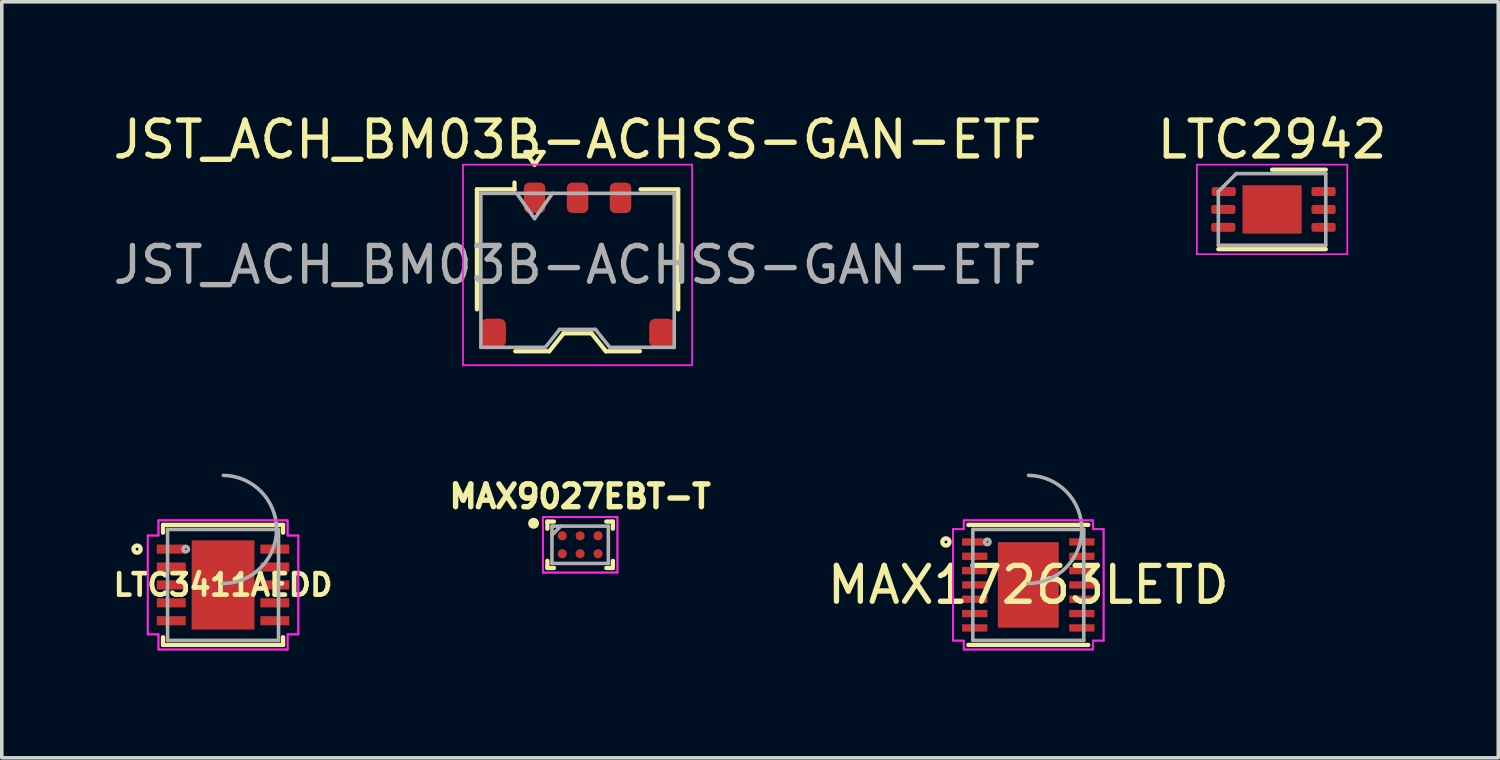
<source format=kicad_pcb>
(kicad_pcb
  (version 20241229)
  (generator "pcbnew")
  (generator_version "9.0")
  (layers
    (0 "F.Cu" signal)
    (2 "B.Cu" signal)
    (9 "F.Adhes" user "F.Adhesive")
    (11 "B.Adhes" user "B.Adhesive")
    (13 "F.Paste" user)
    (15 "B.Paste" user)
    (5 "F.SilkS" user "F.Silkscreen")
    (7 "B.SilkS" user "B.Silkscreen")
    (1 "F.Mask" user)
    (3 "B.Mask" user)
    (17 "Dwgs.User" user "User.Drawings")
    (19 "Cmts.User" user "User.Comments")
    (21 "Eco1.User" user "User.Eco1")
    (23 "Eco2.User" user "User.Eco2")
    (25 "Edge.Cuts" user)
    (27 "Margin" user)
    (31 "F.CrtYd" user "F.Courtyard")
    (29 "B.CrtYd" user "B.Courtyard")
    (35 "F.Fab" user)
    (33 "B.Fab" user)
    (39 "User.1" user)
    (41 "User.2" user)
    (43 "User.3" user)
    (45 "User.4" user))
  (footprint "JST_ACH_BM03B-ACHSS-GAN-ETF"
    (layer "F.Cu")
    (at 13.077 4.348)
    (property "Reference" "JST_ACH_BM03B-ACHSS-GAN-ETF" (at 0 -3.5 0) (layer "F.SilkS") (effects (font (size 1 1) (thickness 0.15))))
    (attr smd)
    (fp_line (start -2.81 -2.11) (end -1.76 -2.11) (stroke (width 0.12) (type solid)) (layer "F.SilkS"))
    (fp_line (start -2.81 1.24) (end -2.81 -2.11) (stroke (width 0.12) (type solid)) (layer "F.SilkS"))
    (fp_line (start -1.76 -2.11) (end -1.76 -2.3) (stroke (width 0.12) (type solid)) (layer "F.SilkS"))
    (fp_line (start -1.74 2.41) (end -0.79 2.41) (stroke (width 0.12) (type solid)) (layer "F.SilkS"))
    (fp_line (start -1.45 -3.154) (end -1.2 -2.8) (stroke (width 0.12) (type solid)) (layer "F.SilkS"))
    (fp_line (start -1.2 -2.8) (end -0.95 -3.154) (stroke (width 0.12) (type solid)) (layer "F.SilkS"))
    (fp_line (start -0.95 -3.154) (end -1.45 -3.154) (stroke (width 0.12) (type solid)) (layer "F.SilkS"))
    (fp_line (start -0.79 2.41) (end -0.39 1.91) (stroke (width 0.12) (type solid)) (layer "F.SilkS"))
    (fp_line (start -0.39 1.91) (end 0.39 1.91) (stroke (width 0.12) (type solid)) (layer "F.SilkS"))
    (fp_line (start 0.39 1.91) (end 0.79 2.41) (stroke (width 0.12) (type solid)) (layer "F.SilkS"))
    (fp_line (start 0.79 2.41) (end 1.74 2.41) (stroke (width 0.12) (type solid)) (layer "F.SilkS"))
    (fp_line (start 2.81 -2.11) (end 1.76 -2.11) (stroke (width 0.12) (type solid)) (layer "F.SilkS"))
    (fp_line (start 2.81 1.24) (end 2.81 -2.11) (stroke (width 0.12) (type solid)) (layer "F.SilkS"))
    (fp_line (start -3.2 -2.8) (end -3.2 2.8) (stroke (width 0.05) (type solid)) (layer "F.CrtYd"))
    (fp_line (start -3.2 2.8) (end 3.2 2.8) (stroke (width 0.05) (type solid)) (layer "F.CrtYd"))
    (fp_line (start 3.2 -2.8) (end -3.2 -2.8) (stroke (width 0.05) (type solid)) (layer "F.CrtYd"))
    (fp_line (start 3.2 2.8) (end 3.2 -2.8) (stroke (width 0.05) (type solid)) (layer "F.CrtYd"))
    (fp_line (start -2.7 -2) (end -2.7 2.3) (stroke (width 0.1) (type solid)) (layer "F.Fab"))
    (fp_line (start -2.7 -2) (end 2.7 -2) (stroke (width 0.1) (type solid)) (layer "F.Fab"))
    (fp_line (start -2.7 2.3) (end -0.9 2.3) (stroke (width 0.1) (type solid)) (layer "F.Fab"))
    (fp_line (start -1.7 -2) (end -1.2 -1.293) (stroke (width 0.1) (type solid)) (layer "F.Fab"))
    (fp_line (start -1.2 -1.293) (end -0.7 -2) (stroke (width 0.1) (type solid)) (layer "F.Fab"))
    (fp_line (start -0.9 2.3) (end -0.5 1.8) (stroke (width 0.1) (type solid)) (layer "F.Fab"))
    (fp_line (start -0.5 1.8) (end 0.5 1.8) (stroke (width 0.1) (type solid)) (layer "F.Fab"))
    (fp_line (start 0.5 1.8) (end 0.9 2.3) (stroke (width 0.1) (type solid)) (layer "F.Fab"))
    (fp_line (start 0.9 2.3) (end 2.7 2.3) (stroke (width 0.1) (type solid)) (layer "F.Fab"))
    (fp_line (start 2.7 -2) (end 2.7 2.3) (stroke (width 0.1) (type solid)) (layer "F.Fab"))
    (fp_text user "${REFERENCE}" (at 0 0 0) (layer "F.Fab") (effects (font (size 1 1) (thickness 0.15))))
    (pad "1" smd roundrect (at -1.2 -1.875) (size 0.6 0.85) (layers "F.Cu" "F.Mask" "F.Paste") (roundrect_rratio 0.25))
    (pad "2" smd roundrect (at 0 -1.875) (size 0.6 0.85) (layers "F.Cu" "F.Mask" "F.Paste") (roundrect_rratio 0.25))
    (pad "3" smd roundrect (at 1.2 -1.875) (size 0.6 0.85) (layers "F.Cu" "F.Mask" "F.Paste") (roundrect_rratio 0.25))
    (pad "MP" smd roundrect (at -2.35 1.9) (size 0.7 0.8) (layers "F.Cu" "F.Mask" "F.Paste") (roundrect_rratio 0.25))
    (pad "MP" smd roundrect (at 2.35 1.9) (size 0.7 0.8) (layers "F.Cu" "F.Mask" "F.Paste") (roundrect_rratio 0.25)))
  (footprint "LTC2942"
    (layer "F.Cu")
    (at 32.47 2.798)
    (property "Reference" "LTC2942" (at 0 -1.95 0) (layer "F.SilkS") (effects (font (size 1 1) (thickness 0.15))))
    (attr smd)
    (fp_line (start -1.5 1.11) (end 1.5 1.11) (stroke (width 0.12) (type solid)) (layer "F.SilkS"))
    (fp_line (start 0 -1.11) (end 1.5 -1.11) (stroke (width 0.12) (type solid)) (layer "F.SilkS"))
    (fp_line (start -2.1 -1.25) (end -2.1 1.25) (stroke (width 0.05) (type solid)) (layer "F.CrtYd"))
    (fp_line (start -2.1 1.25) (end 2.1 1.25) (stroke (width 0.05) (type solid)) (layer "F.CrtYd"))
    (fp_line (start 2.1 -1.25) (end -2.1 -1.25) (stroke (width 0.05) (type solid)) (layer "F.CrtYd"))
    (fp_line (start 2.1 1.25) (end 2.1 -1.25) (stroke (width 0.05) (type solid)) (layer "F.CrtYd"))
    (fp_line (start -1.5 -0.5) (end -1 -1) (stroke (width 0.1) (type solid)) (layer "F.Fab"))
    (fp_line (start -1.5 1) (end -1.5 -0.5) (stroke (width 0.1) (type solid)) (layer "F.Fab"))
    (fp_line (start -1 -1) (end 1.5 -1) (stroke (width 0.1) (type solid)) (layer "F.Fab"))
    (fp_line (start 1.5 -1) (end 1.5 1) (stroke (width 0.1) (type solid)) (layer "F.Fab"))
    (fp_line (start 1.5 1) (end -1.5 1) (stroke (width 0.1) (type solid)) (layer "F.Fab"))
    (pad "" smd roundrect (at -0.41 -0.34) (size 0.67 0.54) (layers "F.Paste") (roundrect_rratio 0.25))
    (pad "" smd roundrect (at -0.41 0.34) (size 0.67 0.54) (layers "F.Paste") (roundrect_rratio 0.25))
    (pad "" smd roundrect (at 0.41 -0.34) (size 0.67 0.54) (layers "F.Paste") (roundrect_rratio 0.25))
    (pad "" smd roundrect (at 0.41 0.34) (size 0.67 0.54) (layers "F.Paste") (roundrect_rratio 0.25))
    (pad "1" smd roundrect (at -1.35 -0.5) (size 0.675 0.25) (layers "F.Cu" "F.Mask" "F.Paste") (roundrect_rratio 0.25))
    (pad "2" smd roundrect (at -1.363 0) (size 0.675 0.25) (layers "F.Cu" "F.Mask" "F.Paste") (roundrect_rratio 0.25))
    (pad "3" smd roundrect (at -1.363 0.5) (size 0.675 0.25) (layers "F.Cu" "F.Mask" "F.Paste") (roundrect_rratio 0.25))
    (pad "4" smd roundrect (at 1.438 0.5) (size 0.675 0.25) (layers "F.Cu" "F.Mask" "F.Paste") (roundrect_rratio 0.25))
    (pad "5" smd roundrect (at 1.438 0) (size 0.675 0.25) (layers "F.Cu" "F.Mask" "F.Paste") (roundrect_rratio 0.25))
    (pad "6" smd roundrect (at 1.438 -0.5) (size 0.675 0.25) (layers "F.Cu" "F.Mask" "F.Paste") (roundrect_rratio 0.25))
    (pad "7" smd rect (at 0 0) (size 1.65 1.35) (layers "F.Cu" "F.Mask")))
  (footprint "MAX17263LETD"
    (layer "F.Cu")
    (at 25.663 13.283)
    (property "Reference" "MAX17263LETD" (at 0 0 0) (layer "F.SilkS") (effects (font (size 1 1) (thickness 0.15))))
    (attr smd)
    (fp_line (start -1.676 1.676) (end 1.676 1.676) (stroke (width 0.12) (type solid)) (layer "F.SilkS"))
    (fp_line (start 1.676 -1.676) (end -1.676 -1.676) (stroke (width 0.12) (type solid)) (layer "F.SilkS"))
    (fp_circle (center -2.3 -1.2) (end -2.199 -1.2) (stroke (width 0.12) (type solid)) (fill no) (layer "F.SilkS"))
    (fp_line (start -2.103 -1.556) (end -1.803 -1.556) (stroke (width 0.05) (type solid)) (layer "F.CrtYd"))
    (fp_line (start -2.103 -1.556) (end -1.803 -1.556) (stroke (width 0.05) (type solid)) (layer "F.CrtYd"))
    (fp_line (start -2.103 1.556) (end -2.103 -1.556) (stroke (width 0.05) (type solid)) (layer "F.CrtYd"))
    (fp_line (start -2.103 1.556) (end -2.103 -1.556) (stroke (width 0.05) (type solid)) (layer "F.CrtYd"))
    (fp_line (start -2.103 1.556) (end -1.803 1.556) (stroke (width 0.05) (type solid)) (layer "F.CrtYd"))
    (fp_line (start -1.803 -1.803) (end 1.803 -1.803) (stroke (width 0.05) (type solid)) (layer "F.CrtYd"))
    (fp_line (start -1.803 -1.803) (end 1.803 -1.803) (stroke (width 0.05) (type solid)) (layer "F.CrtYd"))
    (fp_line (start -1.803 -1.556) (end -1.803 -1.803) (stroke (width 0.05) (type solid)) (layer "F.CrtYd"))
    (fp_line (start -1.803 -1.556) (end -1.803 -1.803) (stroke (width 0.05) (type solid)) (layer "F.CrtYd"))
    (fp_line (start -1.803 1.556) (end -2.103 1.556) (stroke (width 0.05) (type solid)) (layer "F.CrtYd"))
    (fp_line (start -1.803 1.803) (end -1.803 1.556) (stroke (width 0.05) (type solid)) (layer "F.CrtYd"))
    (fp_line (start -1.803 1.803) (end -1.803 1.556) (stroke (width 0.05) (type solid)) (layer "F.CrtYd"))
    (fp_line (start 1.803 -1.803) (end 1.803 -1.556) (stroke (width 0.05) (type solid)) (layer "F.CrtYd"))
    (fp_line (start 1.803 -1.803) (end 1.803 -1.556) (stroke (width 0.05) (type solid)) (layer "F.CrtYd"))
    (fp_line (start 1.803 -1.556) (end 2.103 -1.556) (stroke (width 0.05) (type solid)) (layer "F.CrtYd"))
    (fp_line (start 1.803 1.556) (end 1.803 1.803) (stroke (width 0.05) (type solid)) (layer "F.CrtYd"))
    (fp_line (start 1.803 1.556) (end 1.803 1.803) (stroke (width 0.05) (type solid)) (layer "F.CrtYd"))
    (fp_line (start 1.803 1.803) (end -1.803 1.803) (stroke (width 0.05) (type solid)) (layer "F.CrtYd"))
    (fp_line (start 1.803 1.803) (end -1.803 1.803) (stroke (width 0.05) (type solid)) (layer "F.CrtYd"))
    (fp_line (start 2.103 -1.556) (end 1.803 -1.556) (stroke (width 0.05) (type solid)) (layer "F.CrtYd"))
    (fp_line (start 2.103 -1.556) (end 2.103 1.556) (stroke (width 0.05) (type solid)) (layer "F.CrtYd"))
    (fp_line (start 2.103 -1.556) (end 2.103 1.556) (stroke (width 0.05) (type solid)) (layer "F.CrtYd"))
    (fp_line (start 2.103 1.556) (end 1.803 1.556) (stroke (width 0.05) (type solid)) (layer "F.CrtYd"))
    (fp_line (start 2.103 1.556) (end 1.803 1.556) (stroke (width 0.05) (type solid)) (layer "F.CrtYd"))
    (fp_line (start -1.549 -1.549) (end -1.549 1.549) (stroke (width 0.1) (type solid)) (layer "F.Fab"))
    (fp_line (start -1.549 1.549) (end 1.549 1.549) (stroke (width 0.1) (type solid)) (layer "F.Fab"))
    (fp_line (start 1.549 -1.549) (end -1.549 -1.549) (stroke (width 0.1) (type solid)) (layer "F.Fab"))
    (fp_line (start 1.549 1.549) (end 1.549 -1.549) (stroke (width 0.1) (type solid)) (layer "F.Fab"))
    (fp_arc (start 0.007742 -3.059445) (mid 1.510045 -1.541658) (end -0.007742 -0.039355) (stroke (width 0.1) (type solid)) (layer "F.Fab"))
    (fp_circle (center -1.143 -1.2) (end -1.067 -1.2) (stroke (width 0.1) (type solid)) (fill no) (layer "F.Fab"))
    (pad "1" smd rect (at -1.496 -1.2) (size 0.706 0.204) (layers "F.Cu" "F.Mask" "F.Paste"))
    (pad "2" smd rect (at -1.496 -0.8) (size 0.706 0.204) (layers "F.Cu" "F.Mask" "F.Paste"))
    (pad "3" smd rect (at -1.496 -0.4) (size 0.706 0.204) (layers "F.Cu" "F.Mask" "F.Paste"))
    (pad "4" smd rect (at -1.496 0) (size 0.706 0.204) (layers "F.Cu" "F.Mask" "F.Paste"))
    (pad "5" smd rect (at -1.496 0.4) (size 0.706 0.204) (layers "F.Cu" "F.Mask" "F.Paste"))
    (pad "6" smd rect (at -1.496 0.8) (size 0.706 0.204) (layers "F.Cu" "F.Mask" "F.Paste"))
    (pad "7" smd rect (at -1.496 1.2) (size 0.706 0.204) (layers "F.Cu" "F.Mask" "F.Paste"))
    (pad "8" smd rect (at 1.496 1.2) (size 0.706 0.204) (layers "F.Cu" "F.Mask" "F.Paste"))
    (pad "9" smd rect (at 1.496 0.8) (size 0.706 0.204) (layers "F.Cu" "F.Mask" "F.Paste"))
    (pad "10" smd rect (at 1.496 0.4) (size 0.706 0.204) (layers "F.Cu" "F.Mask" "F.Paste"))
    (pad "11" smd rect (at 1.496 0) (size 0.706 0.204) (layers "F.Cu" "F.Mask" "F.Paste"))
    (pad "12" smd rect (at 1.496 -0.4) (size 0.706 0.204) (layers "F.Cu" "F.Mask" "F.Paste"))
    (pad "13" smd rect (at 1.496 -0.8) (size 0.706 0.204) (layers "F.Cu" "F.Mask" "F.Paste"))
    (pad "14" smd rect (at 1.496 -1.2) (size 0.706 0.204) (layers "F.Cu" "F.Mask" "F.Paste"))
    (pad "15" smd rect (at 0 0) (size 1.702 2.388) (layers "F.Cu" "F.Mask" "F.Paste")))
  (footprint "MAX9027EBT-T"
    (layer "F.Cu")
    (at 13.149 12.162)
    (property "Reference" "MAX9027EBT-T" (at 0 -1.35 0) (layer "F.SilkS") (effects (font (size 0.635 0.635) (thickness 0.152))))
    (attr smd)
    (fp_line (start -0.914 -0.648) (end -0.914 -0.449) (stroke (width 0.12) (type solid)) (layer "F.SilkS"))
    (fp_line (start -0.914 0.449) (end -0.914 0.648) (stroke (width 0.12) (type solid)) (layer "F.SilkS"))
    (fp_line (start -0.914 0.648) (end -0.731 0.648) (stroke (width 0.12) (type solid)) (layer "F.SilkS"))
    (fp_line (start -0.731 -0.648) (end -0.914 -0.648) (stroke (width 0.12) (type solid)) (layer "F.SilkS"))
    (fp_line (start 0.731 0.648) (end 0.914 0.648) (stroke (width 0.12) (type solid)) (layer "F.SilkS"))
    (fp_line (start 0.914 -0.648) (end 0.731 -0.648) (stroke (width 0.12) (type solid)) (layer "F.SilkS"))
    (fp_line (start 0.914 -0.449) (end 0.914 -0.648) (stroke (width 0.12) (type solid)) (layer "F.SilkS"))
    (fp_line (start 0.914 0.648) (end 0.914 0.449) (stroke (width 0.12) (type solid)) (layer "F.SilkS"))
    (fp_circle (center -1.3 -0.6) (end -1.148 -0.6) (stroke (width 0) (type solid)) (fill yes) (layer "F.SilkS"))
    (fp_line (start -1.041 -0.775) (end 1.041 -0.775) (stroke (width 0.05) (type solid)) (layer "F.CrtYd"))
    (fp_line (start -1.041 -0.775) (end 1.041 -0.775) (stroke (width 0.05) (type solid)) (layer "F.CrtYd"))
    (fp_line (start -1.041 0.775) (end -1.041 -0.775) (stroke (width 0.05) (type solid)) (layer "F.CrtYd"))
    (fp_line (start -1.041 0.775) (end -1.041 -0.775) (stroke (width 0.05) (type solid)) (layer "F.CrtYd"))
    (fp_line (start 1.041 -0.775) (end 1.041 0.775) (stroke (width 0.05) (type solid)) (layer "F.CrtYd"))
    (fp_line (start 1.041 -0.775) (end 1.041 0.775) (stroke (width 0.05) (type solid)) (layer "F.CrtYd"))
    (fp_line (start 1.041 0.775) (end -1.041 0.775) (stroke (width 0.05) (type solid)) (layer "F.CrtYd"))
    (fp_line (start 1.041 0.775) (end -1.041 0.775) (stroke (width 0.05) (type solid)) (layer "F.CrtYd"))
    (fp_line (start -0.787 -0.521) (end -0.787 0.521) (stroke (width 0.1) (type solid)) (layer "F.Fab"))
    (fp_line (start -0.787 0.521) (end 0.787 0.521) (stroke (width 0.1) (type solid)) (layer "F.Fab"))
    (fp_line (start -0.537 -0.521) (end -0.787 -0.271) (stroke (width 0.1) (type solid)) (layer "F.Fab"))
    (fp_line (start 0.787 -0.521) (end -0.787 -0.521) (stroke (width 0.1) (type solid)) (layer "F.Fab"))
    (fp_line (start 0.787 0.521) (end 0.787 -0.521) (stroke (width 0.1) (type solid)) (layer "F.Fab"))
    (pad "A1" smd circle (at -0.5 -0.25) (size 0.254 0.254) (layers "F.Cu" "F.Mask" "F.Paste"))
    (pad "A2" smd circle (at 0 -0.25) (size 0.254 0.254) (layers "F.Cu" "F.Mask" "F.Paste"))
    (pad "A3" smd circle (at 0.5 -0.25) (size 0.254 0.254) (layers "F.Cu" "F.Mask" "F.Paste"))
    (pad "B1" smd circle (at -0.5 0.25) (size 0.254 0.254) (layers "F.Cu" "F.Mask" "F.Paste"))
    (pad "B2" smd circle (at 0 0.25) (size 0.254 0.254) (layers "F.Cu" "F.Mask" "F.Paste"))
    (pad "B3" smd circle (at 0.5 0.25) (size 0.254 0.254) (layers "F.Cu" "F.Mask" "F.Paste")))
  (footprint "LTC3411AEDD"
    (layer "F.Cu")
    (at 3.178 13.283)
    (property "Reference" "LTC3411AEDD" (at 0 0 0) (layer "F.SilkS") (effects (font (size 0.6 0.6) (thickness 0.13))))
    (attr smd)
    (fp_line (start -1.676 -1.676) (end -1.676 -1.46) (stroke (width 0.12) (type solid)) (layer "F.SilkS"))
    (fp_line (start -1.676 1.46) (end -1.676 1.676) (stroke (width 0.12) (type solid)) (layer "F.SilkS"))
    (fp_line (start -1.676 1.676) (end 1.676 1.676) (stroke (width 0.12) (type solid)) (layer "F.SilkS"))
    (fp_line (start 1.676 -1.676) (end -1.676 -1.676) (stroke (width 0.12) (type solid)) (layer "F.SilkS"))
    (fp_line (start 1.676 -1.46) (end 1.676 -1.676) (stroke (width 0.12) (type solid)) (layer "F.SilkS"))
    (fp_line (start 1.676 1.676) (end 1.676 1.46) (stroke (width 0.12) (type solid)) (layer "F.SilkS"))
    (fp_circle (center -2.4 -1) (end -2.299 -1) (stroke (width 0.12) (type solid)) (fill no) (layer "F.SilkS"))
    (fp_line (start -2.103 -1.381) (end -1.803 -1.381) (stroke (width 0.05) (type solid)) (layer "F.CrtYd"))
    (fp_line (start -2.103 -1.381) (end -1.803 -1.381) (stroke (width 0.05) (type solid)) (layer "F.CrtYd"))
    (fp_line (start -2.103 1.381) (end -2.103 -1.381) (stroke (width 0.05) (type solid)) (layer "F.CrtYd"))
    (fp_line (start -2.103 1.381) (end -2.103 -1.381) (stroke (width 0.05) (type solid)) (layer "F.CrtYd"))
    (fp_line (start -2.103 1.381) (end -1.803 1.381) (stroke (width 0.05) (type solid)) (layer "F.CrtYd"))
    (fp_line (start -1.803 -1.803) (end 1.803 -1.803) (stroke (width 0.05) (type solid)) (layer "F.CrtYd"))
    (fp_line (start -1.803 -1.803) (end 1.803 -1.803) (stroke (width 0.05) (type solid)) (layer "F.CrtYd"))
    (fp_line (start -1.803 -1.381) (end -1.803 -1.803) (stroke (width 0.05) (type solid)) (layer "F.CrtYd"))
    (fp_line (start -1.803 -1.381) (end -1.803 -1.803) (stroke (width 0.05) (type solid)) (layer "F.CrtYd"))
    (fp_line (start -1.803 1.381) (end -2.103 1.381) (stroke (width 0.05) (type solid)) (layer "F.CrtYd"))
    (fp_line (start -1.803 1.803) (end -1.803 1.381) (stroke (width 0.05) (type solid)) (layer "F.CrtYd"))
    (fp_line (start -1.803 1.803) (end -1.803 1.381) (stroke (width 0.05) (type solid)) (layer "F.CrtYd"))
    (fp_line (start 1.803 -1.803) (end 1.803 -1.381) (stroke (width 0.05) (type solid)) (layer "F.CrtYd"))
    (fp_line (start 1.803 -1.803) (end 1.803 -1.381) (stroke (width 0.05) (type solid)) (layer "F.CrtYd"))
    (fp_line (start 1.803 -1.381) (end 2.103 -1.381) (stroke (width 0.05) (type solid)) (layer "F.CrtYd"))
    (fp_line (start 1.803 1.381) (end 1.803 1.803) (stroke (width 0.05) (type solid)) (layer "F.CrtYd"))
    (fp_line (start 1.803 1.381) (end 1.803 1.803) (stroke (width 0.05) (type solid)) (layer "F.CrtYd"))
    (fp_line (start 1.803 1.803) (end -1.803 1.803) (stroke (width 0.05) (type solid)) (layer "F.CrtYd"))
    (fp_line (start 1.803 1.803) (end -1.803 1.803) (stroke (width 0.05) (type solid)) (layer "F.CrtYd"))
    (fp_line (start 2.103 -1.381) (end 1.803 -1.381) (stroke (width 0.05) (type solid)) (layer "F.CrtYd"))
    (fp_line (start 2.103 -1.381) (end 2.103 1.381) (stroke (width 0.05) (type solid)) (layer "F.CrtYd"))
    (fp_line (start 2.103 -1.381) (end 2.103 1.381) (stroke (width 0.05) (type solid)) (layer "F.CrtYd"))
    (fp_line (start 2.103 1.381) (end 1.803 1.381) (stroke (width 0.05) (type solid)) (layer "F.CrtYd"))
    (fp_line (start 2.103 1.381) (end 1.803 1.381) (stroke (width 0.05) (type solid)) (layer "F.CrtYd"))
    (fp_line (start -1.549 -1.549) (end -1.549 1.549) (stroke (width 0.1) (type solid)) (layer "F.Fab"))
    (fp_line (start -1.549 1.549) (end 1.549 1.549) (stroke (width 0.1) (type solid)) (layer "F.Fab"))
    (fp_line (start 1.549 -1.549) (end -1.549 -1.549) (stroke (width 0.1) (type solid)) (layer "F.Fab"))
    (fp_line (start 1.549 1.549) (end 1.549 -1.549) (stroke (width 0.1) (type solid)) (layer "F.Fab"))
    (fp_arc (start 0.007742 -3.059445) (mid 1.510045 -1.541658) (end -0.007742 -0.039355) (stroke (width 0.1) (type solid)) (layer "F.Fab"))
    (fp_circle (center -1.041 -1) (end -0.965 -1) (stroke (width 0.1) (type solid)) (fill no) (layer "F.Fab"))
    (pad "1" smd rect (at -1.445 -1) (size 0.808 0.255) (layers "F.Cu" "F.Mask" "F.Paste"))
    (pad "2" smd rect (at -1.445 -0.5) (size 0.808 0.255) (layers "F.Cu" "F.Mask" "F.Paste"))
    (pad "3" smd rect (at -1.445 0) (size 0.808 0.255) (layers "F.Cu" "F.Mask" "F.Paste"))
    (pad "4" smd rect (at -1.445 0.5) (size 0.808 0.255) (layers "F.Cu" "F.Mask" "F.Paste"))
    (pad "5" smd rect (at -1.445 1) (size 0.808 0.255) (layers "F.Cu" "F.Mask" "F.Paste"))
    (pad "6" smd rect (at 1.445 1) (size 0.808 0.255) (layers "F.Cu" "F.Mask" "F.Paste"))
    (pad "7" smd rect (at 1.445 0.5) (size 0.808 0.255) (layers "F.Cu" "F.Mask" "F.Paste"))
    (pad "8" smd rect (at 1.445 0) (size 0.808 0.255) (layers "F.Cu" "F.Mask" "F.Paste"))
    (pad "9" smd rect (at 1.445 -0.5) (size 0.808 0.255) (layers "F.Cu" "F.Mask" "F.Paste"))
    (pad "10" smd rect (at 1.445 -1) (size 0.808 0.255) (layers "F.Cu" "F.Mask" "F.Paste"))
    (pad "11" smd rect (at 0 0) (size 1.753 2.489) (layers "F.Cu" "F.Mask" "F.Paste")))
  (gr_rect
    (start -3 -3)
    (end 38.786 18.111)
    (stroke (width 0.1) (type default))
    (fill no)
    (layer "Edge.Cuts")))
</source>
